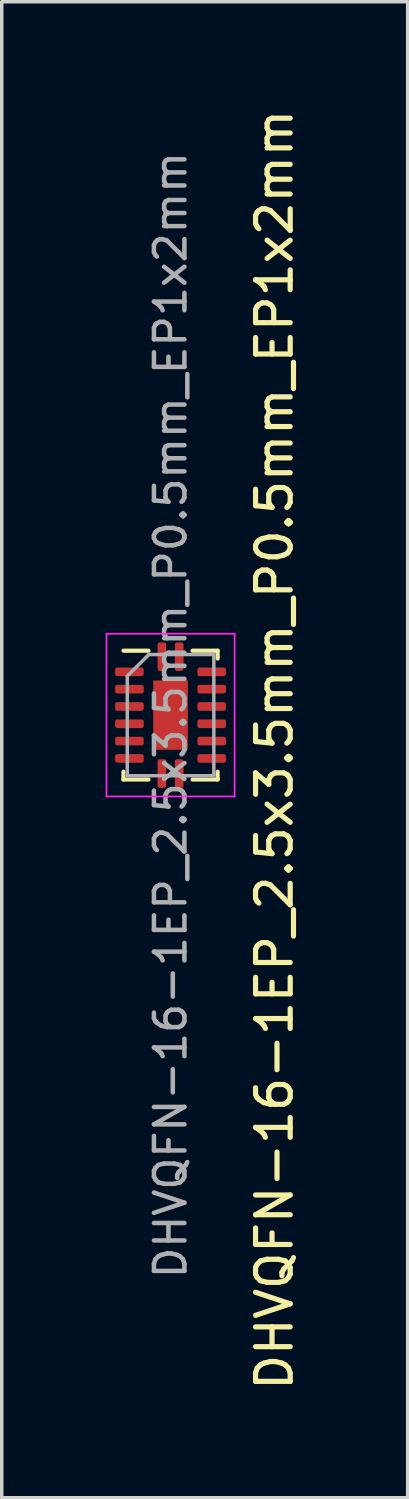
<source format=kicad_pcb>
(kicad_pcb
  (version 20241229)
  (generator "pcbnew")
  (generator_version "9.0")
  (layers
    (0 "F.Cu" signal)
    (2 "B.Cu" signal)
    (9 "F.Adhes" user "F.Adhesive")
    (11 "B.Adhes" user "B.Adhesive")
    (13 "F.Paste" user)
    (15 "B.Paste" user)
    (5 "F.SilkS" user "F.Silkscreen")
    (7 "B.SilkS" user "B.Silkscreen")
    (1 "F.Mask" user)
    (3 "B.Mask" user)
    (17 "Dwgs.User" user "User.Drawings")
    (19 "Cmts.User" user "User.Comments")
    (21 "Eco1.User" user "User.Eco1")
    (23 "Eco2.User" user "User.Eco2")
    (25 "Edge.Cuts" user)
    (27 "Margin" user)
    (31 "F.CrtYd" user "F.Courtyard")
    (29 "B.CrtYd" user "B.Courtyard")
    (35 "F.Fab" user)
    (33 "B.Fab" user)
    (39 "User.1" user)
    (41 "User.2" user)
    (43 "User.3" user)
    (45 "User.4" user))
  (footprint "DHVQFN-16-1EP_2.5x3.5mm_P0.5mm_EP1x2mm"
    (layer "F.Cu")
    (at 1.875 17.601)
    (property "Reference" "DHVQFN-16-1EP_2.5x3.5mm_P0.5mm_EP1x2mm" (at 3 1 90) (layer "F.SilkS") (effects (font (size 1 1) (thickness 0.15))))
    (attr smd)
    (fp_line (start -1.36 1.86) (end -1.36 1.635) (stroke (width 0.12) (type solid)) (layer "F.SilkS"))
    (fp_line (start -0.635 -1.86) (end -1.36 -1.86) (stroke (width 0.12) (type solid)) (layer "F.SilkS"))
    (fp_line (start -0.635 1.86) (end -1.36 1.86) (stroke (width 0.12) (type solid)) (layer "F.SilkS"))
    (fp_line (start 0.635 -1.86) (end 1.36 -1.86) (stroke (width 0.12) (type solid)) (layer "F.SilkS"))
    (fp_line (start 0.635 1.86) (end 1.36 1.86) (stroke (width 0.12) (type solid)) (layer "F.SilkS"))
    (fp_line (start 1.36 -1.86) (end 1.36 -1.635) (stroke (width 0.12) (type solid)) (layer "F.SilkS"))
    (fp_line (start 1.36 1.86) (end 1.36 1.635) (stroke (width 0.12) (type solid)) (layer "F.SilkS"))
    (fp_line (start -1.85 -2.35) (end -1.85 2.35) (stroke (width 0.05) (type solid)) (layer "F.CrtYd"))
    (fp_line (start -1.85 2.35) (end 1.85 2.35) (stroke (width 0.05) (type solid)) (layer "F.CrtYd"))
    (fp_line (start 1.85 -2.35) (end -1.85 -2.35) (stroke (width 0.05) (type solid)) (layer "F.CrtYd"))
    (fp_line (start 1.85 2.35) (end 1.85 -2.35) (stroke (width 0.05) (type solid)) (layer "F.CrtYd"))
    (fp_line (start -1.25 -1.125) (end -0.625 -1.75) (stroke (width 0.1) (type solid)) (layer "F.Fab"))
    (fp_line (start -1.25 1.75) (end -1.25 -1.125) (stroke (width 0.1) (type solid)) (layer "F.Fab"))
    (fp_line (start -0.625 -1.75) (end 1.25 -1.75) (stroke (width 0.1) (type solid)) (layer "F.Fab"))
    (fp_line (start 1.25 -1.75) (end 1.25 1.75) (stroke (width 0.1) (type solid)) (layer "F.Fab"))
    (fp_line (start 1.25 1.75) (end -1.25 1.75) (stroke (width 0.1) (type solid)) (layer "F.Fab"))
    (fp_text user "${REFERENCE}" (at 0 0 90) (layer "F.Fab") (effects (font (size 0.88 0.88) (thickness 0.13))))
    (pad "" smd roundrect (at 0 -0.5) (size 0.81 0.81) (layers "F.Paste") (roundrect_rratio 0.25))
    (pad "" smd roundrect (at 0 0.5) (size 0.81 0.81) (layers "F.Paste") (roundrect_rratio 0.25))
    (pad "1" smd roundrect (at -0.25 -1.688) (size 0.25 0.825) (layers "F.Cu" "F.Mask" "F.Paste") (roundrect_rratio 0.25))
    (pad "2" smd roundrect (at -1.188 -1.25) (size 0.825 0.25) (layers "F.Cu" "F.Mask" "F.Paste") (roundrect_rratio 0.25))
    (pad "3" smd roundrect (at -1.188 -0.75) (size 0.825 0.25) (layers "F.Cu" "F.Mask" "F.Paste") (roundrect_rratio 0.25))
    (pad "4" smd roundrect (at -1.188 -0.25) (size 0.825 0.25) (layers "F.Cu" "F.Mask" "F.Paste") (roundrect_rratio 0.25))
    (pad "5" smd roundrect (at -1.188 0.25) (size 0.825 0.25) (layers "F.Cu" "F.Mask" "F.Paste") (roundrect_rratio 0.25))
    (pad "6" smd roundrect (at -1.188 0.75) (size 0.825 0.25) (layers "F.Cu" "F.Mask" "F.Paste") (roundrect_rratio 0.25))
    (pad "7" smd roundrect (at -1.188 1.25) (size 0.825 0.25) (layers "F.Cu" "F.Mask" "F.Paste") (roundrect_rratio 0.25))
    (pad "8" smd roundrect (at -0.25 1.688) (size 0.25 0.825) (layers "F.Cu" "F.Mask" "F.Paste") (roundrect_rratio 0.25))
    (pad "9" smd roundrect (at 0.25 1.688) (size 0.25 0.825) (layers "F.Cu" "F.Mask" "F.Paste") (roundrect_rratio 0.25))
    (pad "10" smd roundrect (at 1.188 1.25) (size 0.825 0.25) (layers "F.Cu" "F.Mask" "F.Paste") (roundrect_rratio 0.25))
    (pad "11" smd roundrect (at 1.188 0.75) (size 0.825 0.25) (layers "F.Cu" "F.Mask" "F.Paste") (roundrect_rratio 0.25))
    (pad "12" smd roundrect (at 1.188 0.25) (size 0.825 0.25) (layers "F.Cu" "F.Mask" "F.Paste") (roundrect_rratio 0.25))
    (pad "13" smd roundrect (at 1.188 -0.25) (size 0.825 0.25) (layers "F.Cu" "F.Mask" "F.Paste") (roundrect_rratio 0.25))
    (pad "14" smd roundrect (at 1.188 -0.75) (size 0.825 0.25) (layers "F.Cu" "F.Mask" "F.Paste") (roundrect_rratio 0.25))
    (pad "15" smd roundrect (at 1.188 -1.25) (size 0.825 0.25) (layers "F.Cu" "F.Mask" "F.Paste") (roundrect_rratio 0.25))
    (pad "16" smd roundrect (at 0.25 -1.688) (size 0.25 0.825) (layers "F.Cu" "F.Mask" "F.Paste") (roundrect_rratio 0.25))
    (pad "17" smd rect (at 0 0) (size 1 2) (layers "F.Cu" "F.Mask")))
  (gr_rect
    (start -3 -3)
    (end 8.723 40.202)
    (stroke (width 0.1) (type default))
    (fill no)
    (layer "Edge.Cuts")))
</source>
